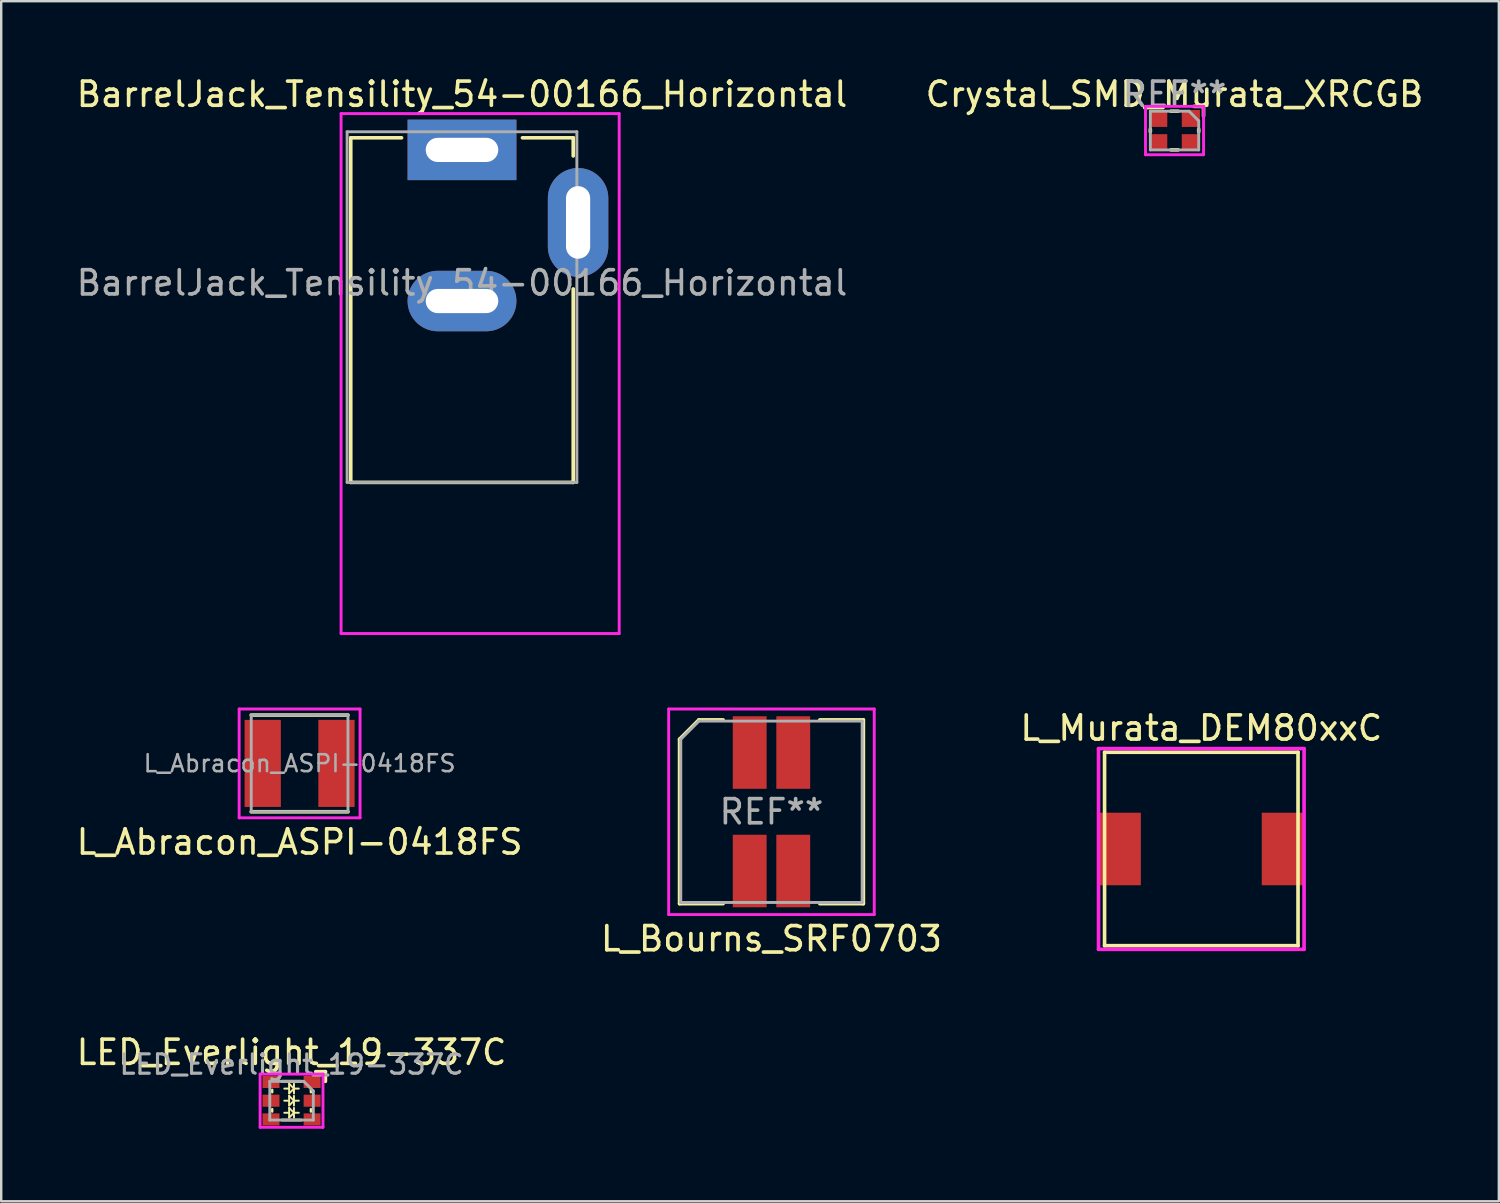
<source format=kicad_pcb>
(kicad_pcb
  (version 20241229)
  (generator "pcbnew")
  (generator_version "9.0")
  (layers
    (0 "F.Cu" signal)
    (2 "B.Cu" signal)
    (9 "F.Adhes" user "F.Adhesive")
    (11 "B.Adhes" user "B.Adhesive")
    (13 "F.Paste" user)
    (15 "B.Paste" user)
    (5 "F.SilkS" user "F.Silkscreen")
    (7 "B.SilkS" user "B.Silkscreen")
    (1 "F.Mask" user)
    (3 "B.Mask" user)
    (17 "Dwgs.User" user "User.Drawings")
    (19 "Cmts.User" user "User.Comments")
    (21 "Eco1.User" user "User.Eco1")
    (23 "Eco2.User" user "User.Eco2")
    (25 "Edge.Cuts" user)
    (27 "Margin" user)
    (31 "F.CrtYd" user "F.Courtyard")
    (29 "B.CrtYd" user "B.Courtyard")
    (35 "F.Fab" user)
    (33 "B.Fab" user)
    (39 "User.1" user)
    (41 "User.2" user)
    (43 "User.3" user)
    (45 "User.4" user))
  (footprint "L_Murata_DEM80xxC"
    (layer "F.Cu")
    (at 46.625 32.056)
    (property "Reference" "L_Murata_DEM80xxC" (at 0 -5 0) (layer "F.SilkS") (effects (font (size 1 1) (thickness 0.15))))
    (attr smd)
    (fp_line (start -4 -4) (end -4 4) (stroke (width 0.15) (type solid)) (layer "F.SilkS"))
    (fp_line (start -4 -4) (end 4 -4) (stroke (width 0.15) (type solid)) (layer "F.SilkS"))
    (fp_line (start -4 4) (end 4 4) (stroke (width 0.15) (type solid)) (layer "F.SilkS"))
    (fp_line (start 4 -4) (end 4 4) (stroke (width 0.15) (type solid)) (layer "F.SilkS"))
    (fp_line (start -4.25 -4.15) (end -4.25 4.15) (stroke (width 0.15) (type solid)) (layer "F.CrtYd"))
    (fp_line (start -4.25 -4.15) (end 4.25 -4.15) (stroke (width 0.15) (type solid)) (layer "F.CrtYd"))
    (fp_line (start -4.25 4.15) (end 4.25 4.15) (stroke (width 0.15) (type solid)) (layer "F.CrtYd"))
    (fp_line (start 4.25 -4.15) (end 4.25 4.15) (stroke (width 0.15) (type solid)) (layer "F.CrtYd"))
    (pad "1" smd rect (at -3.375 0) (size 1.75 3) (layers "F.Cu" "F.Mask" "F.Paste"))
    (pad "2" smd rect (at 3.375 0) (size 1.75 3) (layers "F.Cu" "F.Mask" "F.Paste")))
  (footprint "L_Bourns_SRF0703"
    (layer "F.Cu")
    (at 28.851 30.518)
    (property "Reference" "L_Bourns_SRF0703" (at 0 5.25 0) (layer "F.SilkS") (effects (font (size 1 1) (thickness 0.15))))
    (attr smd)
    (fp_line (start -3.8 -3) (end -3.8 3.8) (stroke (width 0.15) (type solid)) (layer "F.SilkS"))
    (fp_line (start -3.8 3.8) (end -2 3.8) (stroke (width 0.15) (type solid)) (layer "F.SilkS"))
    (fp_line (start -3 -3.8) (end -3.8 -3) (stroke (width 0.15) (type solid)) (layer "F.SilkS"))
    (fp_line (start -3 -3.8) (end -2 -3.8) (stroke (width 0.15) (type solid)) (layer "F.SilkS"))
    (fp_line (start 3.8 -3.8) (end 2 -3.8) (stroke (width 0.15) (type solid)) (layer "F.SilkS"))
    (fp_line (start 3.8 -3.8) (end 3.8 3.8) (stroke (width 0.15) (type solid)) (layer "F.SilkS"))
    (fp_line (start 3.8 3.8) (end 2 3.8) (stroke (width 0.15) (type solid)) (layer "F.SilkS"))
    (fp_line (start -4.25 -4.25) (end -4.25 4.25) (stroke (width 0.12) (type solid)) (layer "F.CrtYd"))
    (fp_line (start -4.25 4.25) (end 4.25 4.25) (stroke (width 0.12) (type solid)) (layer "F.CrtYd"))
    (fp_line (start 4.25 -4.25) (end -4.25 -4.25) (stroke (width 0.12) (type solid)) (layer "F.CrtYd"))
    (fp_line (start 4.25 4.25) (end 4.25 -4.25) (stroke (width 0.12) (type solid)) (layer "F.CrtYd"))
    (fp_line (start -3.75 -3) (end -3.75 3.75) (stroke (width 0.12) (type solid)) (layer "F.Fab"))
    (fp_line (start -3.75 3.75) (end 3.75 3.75) (stroke (width 0.12) (type solid)) (layer "F.Fab"))
    (fp_line (start -3 -3.75) (end -3.75 -3) (stroke (width 0.12) (type solid)) (layer "F.Fab"))
    (fp_line (start 3.75 -3.75) (end -3 -3.75) (stroke (width 0.12) (type solid)) (layer "F.Fab"))
    (fp_line (start 3.75 3.75) (end 3.75 -3.75) (stroke (width 0.12) (type solid)) (layer "F.Fab"))
    (fp_text user "REF**" (at 0 0 0) (layer "F.Fab") (effects (font (size 1 1) (thickness 0.15))))
    (pad "1" smd rect (at -0.9 -2.45) (size 1.4 3) (layers "F.Cu" "F.Mask" "F.Paste"))
    (pad "2" smd rect (at 0.9 -2.45) (size 1.4 3) (layers "F.Cu" "F.Mask" "F.Paste"))
    (pad "3" smd rect (at -0.9 2.45) (size 1.4 3) (layers "F.Cu" "F.Mask" "F.Paste"))
    (pad "4" smd rect (at 0.9 2.45) (size 1.4 3) (layers "F.Cu" "F.Mask" "F.Paste")))
  (footprint "LED_Everlight_19-337C"
    (layer "F.Cu")
    (at 9.006 42.465)
    (property "Reference" "LED_Everlight_19-337C" (at 0 -2 0) (layer "F.SilkS") (effects (font (size 1 1) (thickness 0.15))))
    (attr smd)
    (fp_line (start -0.8 -0.45) (end -0.8 -0.35) (stroke (width 0.1) (type solid)) (layer "F.SilkS"))
    (fp_line (start -0.8 0.35) (end -0.8 0.45) (stroke (width 0.1) (type solid)) (layer "F.SilkS"))
    (fp_line (start -0.4 -0.8) (end 0.4 -0.8) (stroke (width 0.12) (type solid)) (layer "F.SilkS"))
    (fp_line (start -0.4 0.8) (end 0.4 0.8) (stroke (width 0.12) (type solid)) (layer "F.SilkS"))
    (fp_line (start -0.1 -0.7) (end 0.1 -0.5) (stroke (width 0.08) (type solid)) (layer "F.SilkS"))
    (fp_line (start -0.1 -0.5) (end -0.3 -0.5) (stroke (width 0.08) (type solid)) (layer "F.SilkS"))
    (fp_line (start -0.1 -0.3) (end -0.1 -0.7) (stroke (width 0.08) (type solid)) (layer "F.SilkS"))
    (fp_line (start -0.1 -0.2) (end 0.1 0) (stroke (width 0.08) (type solid)) (layer "F.SilkS"))
    (fp_line (start -0.1 0) (end -0.3 0) (stroke (width 0.08) (type solid)) (layer "F.SilkS"))
    (fp_line (start -0.1 0.2) (end -0.1 -0.2) (stroke (width 0.08) (type solid)) (layer "F.SilkS"))
    (fp_line (start -0.1 0.3) (end 0.1 0.5) (stroke (width 0.08) (type solid)) (layer "F.SilkS"))
    (fp_line (start -0.1 0.5) (end -0.3 0.5) (stroke (width 0.08) (type solid)) (layer "F.SilkS"))
    (fp_line (start -0.1 0.7) (end -0.1 0.3) (stroke (width 0.08) (type solid)) (layer "F.SilkS"))
    (fp_line (start 0.1 -0.5) (end -0.1 -0.3) (stroke (width 0.08) (type solid)) (layer "F.SilkS"))
    (fp_line (start 0.1 -0.5) (end 0.3 -0.5) (stroke (width 0.08) (type solid)) (layer "F.SilkS"))
    (fp_line (start 0.1 -0.3) (end 0.1 -0.7) (stroke (width 0.08) (type solid)) (layer "F.SilkS"))
    (fp_line (start 0.1 0) (end -0.1 0.2) (stroke (width 0.08) (type solid)) (layer "F.SilkS"))
    (fp_line (start 0.1 0) (end 0.3 0) (stroke (width 0.08) (type solid)) (layer "F.SilkS"))
    (fp_line (start 0.1 0.2) (end 0.1 -0.2) (stroke (width 0.08) (type solid)) (layer "F.SilkS"))
    (fp_line (start 0.1 0.5) (end -0.1 0.7) (stroke (width 0.08) (type solid)) (layer "F.SilkS"))
    (fp_line (start 0.1 0.5) (end 0.3 0.5) (stroke (width 0.08) (type solid)) (layer "F.SilkS"))
    (fp_line (start 0.1 0.7) (end 0.1 0.3) (stroke (width 0.08) (type solid)) (layer "F.SilkS"))
    (fp_line (start 0.8 -0.45) (end 0.8 -0.35) (stroke (width 0.1) (type solid)) (layer "F.SilkS"))
    (fp_line (start 0.8 0.35) (end 0.8 0.45) (stroke (width 0.1) (type solid)) (layer "F.SilkS"))
    (fp_line (start 1 -1.2) (end 1.4 -1.2) (stroke (width 0.15) (type solid)) (layer "F.SilkS"))
    (fp_line (start 1.4 -1.2) (end 1.4 -0.8) (stroke (width 0.15) (type solid)) (layer "F.SilkS"))
    (fp_line (start -1.3 -1.1) (end 1.3 -1.1) (stroke (width 0.12) (type solid)) (layer "F.CrtYd"))
    (fp_line (start -1.3 1.1) (end -1.3 -1.1) (stroke (width 0.12) (type solid)) (layer "F.CrtYd"))
    (fp_line (start 1.3 -1.1) (end 1.3 1.1) (stroke (width 0.12) (type solid)) (layer "F.CrtYd"))
    (fp_line (start 1.3 1.1) (end -1.3 1.1) (stroke (width 0.12) (type solid)) (layer "F.CrtYd"))
    (fp_line (start -0.9 -0.8) (end -0.9 0.8) (stroke (width 0.12) (type solid)) (layer "F.Fab"))
    (fp_line (start -0.9 0.8) (end 0.9 0.8) (stroke (width 0.12) (type solid)) (layer "F.Fab"))
    (fp_line (start 0.5 -0.8) (end -0.9 -0.8) (stroke (width 0.12) (type solid)) (layer "F.Fab"))
    (fp_line (start 0.9 -0.4) (end 0.5 -0.8) (stroke (width 0.12) (type solid)) (layer "F.Fab"))
    (fp_line (start 0.9 0.8) (end 0.9 -0.4) (stroke (width 0.12) (type solid)) (layer "F.Fab"))
    (fp_text user "${REFERENCE}" (at 0 -1.5 0) (layer "F.Fab") (effects (font (size 0.8 0.8) (thickness 0.13))))
    (pad "1" smd rect (at 0.85 -0.775) (size 0.7 0.5) (layers "F.Cu" "F.Mask" "F.Paste"))
    (pad "2" smd rect (at -0.85 -0.775) (size 0.7 0.5) (layers "F.Cu" "F.Mask" "F.Paste"))
    (pad "3" smd rect (at 0.85 0) (size 0.7 0.5) (layers "F.Cu" "F.Mask" "F.Paste"))
    (pad "4" smd rect (at -0.85 0) (size 0.7 0.5) (layers "F.Cu" "F.Mask" "F.Paste"))
    (pad "5" smd rect (at 0.85 0.775) (size 0.7 0.5) (layers "F.Cu" "F.Mask" "F.Paste"))
    (pad "6" smd rect (at -0.85 0.775) (size 0.7 0.5) (layers "F.Cu" "F.Mask" "F.Paste")))
  (footprint "L_Abracon_ASPI-0418FS"
    (layer "F.Cu")
    (at 9.339 28.518)
    (property "Reference" "L_Abracon_ASPI-0418FS" (at 0 3.25 0) (layer "F.SilkS") (effects (font (size 1 1) (thickness 0.15))))
    (attr smd)
    (fp_line (start -2 -2) (end 2 -2) (stroke (width 0.15) (type solid)) (layer "F.SilkS"))
    (fp_line (start -2 2) (end 2 2) (stroke (width 0.15) (type solid)) (layer "F.SilkS"))
    (fp_line (start -2.5 -2.25) (end 2.5 -2.25) (stroke (width 0.12) (type solid)) (layer "F.CrtYd"))
    (fp_line (start -2.5 2.25) (end -2.5 -2.25) (stroke (width 0.12) (type solid)) (layer "F.CrtYd"))
    (fp_line (start 2.5 -2.25) (end 2.5 2.25) (stroke (width 0.12) (type solid)) (layer "F.CrtYd"))
    (fp_line (start 2.5 2.25) (end -2.5 2.25) (stroke (width 0.12) (type solid)) (layer "F.CrtYd"))
    (fp_line (start -2 -2) (end 2 -2) (stroke (width 0.12) (type solid)) (layer "F.Fab"))
    (fp_line (start -2 2) (end -2 -2) (stroke (width 0.12) (type solid)) (layer "F.Fab"))
    (fp_line (start 2 -2) (end 2 2) (stroke (width 0.12) (type solid)) (layer "F.Fab"))
    (fp_line (start 2 2) (end -2 2) (stroke (width 0.12) (type solid)) (layer "F.Fab"))
    (fp_text user "${REFERENCE}" (at 0 0 0) (layer "F.Fab") (effects (font (size 0.7 0.7) (thickness 0.105))))
    (pad "1" smd rect (at -1.525 0) (size 1.5 3.6) (layers "F.Cu" "F.Mask" "F.Paste"))
    (pad "2" smd rect (at 1.525 0) (size 1.5 3.6) (layers "F.Cu" "F.Mask" "F.Paste")))
  (footprint "BarrelJack_Tensility_54-00166_Horizontal"
    (layer "F.Cu")
    (at 16.054 3.148)
    (property "Reference" "BarrelJack_Tensility_54-00166_Horizontal" (at 0 -2.3 0) (layer "F.SilkS") (effects (font (size 1 1) (thickness 0.15))))
    (attr through_hole)
    (fp_line (start -4.6 -0.5) (end -4.6 13.75) (stroke (width 0.15) (type solid)) (layer "F.SilkS"))
    (fp_line (start -4.6 -0.5) (end -2.5 -0.5) (stroke (width 0.15) (type solid)) (layer "F.SilkS"))
    (fp_line (start 2.5 -0.5) (end 4.6 -0.5) (stroke (width 0.15) (type solid)) (layer "F.SilkS"))
    (fp_line (start 4.6 -0.5) (end 4.6 0.25) (stroke (width 0.15) (type solid)) (layer "F.SilkS"))
    (fp_line (start 4.6 5.75) (end 4.6 13.75) (stroke (width 0.15) (type solid)) (layer "F.SilkS"))
    (fp_line (start 4.6 13.75) (end -4.6 13.75) (stroke (width 0.15) (type solid)) (layer "F.SilkS"))
    (fp_line (start -5 -1.5) (end -5 20) (stroke (width 0.12) (type solid)) (layer "F.CrtYd"))
    (fp_line (start -5 20) (end 6.5 20) (stroke (width 0.12) (type solid)) (layer "F.CrtYd"))
    (fp_line (start 6.5 -1.5) (end -5 -1.5) (stroke (width 0.12) (type solid)) (layer "F.CrtYd"))
    (fp_line (start 6.5 20) (end 6.5 -1.5) (stroke (width 0.12) (type solid)) (layer "F.CrtYd"))
    (fp_line (start -4.75 -0.75) (end 4.75 -0.75) (stroke (width 0.12) (type solid)) (layer "F.Fab"))
    (fp_line (start -4.75 13.75) (end -4.75 -0.75) (stroke (width 0.12) (type solid)) (layer "F.Fab"))
    (fp_line (start 4.75 -0.75) (end 4.75 13.75) (stroke (width 0.12) (type solid)) (layer "F.Fab"))
    (fp_line (start 4.75 13.75) (end -4.75 13.75) (stroke (width 0.12) (type solid)) (layer "F.Fab"))
    (fp_text user "${REFERENCE}" (at 0 5.5 0) (layer "F.Fab") (effects (font (size 1 1) (thickness 0.15))))
    (pad "1" thru_hole rect (at 0 0) (size 4.5 2.5) (drill oval 3 1) (layers "*.Cu" "*.Mask"))
    (pad "2" thru_hole oval (at 0 6.25) (size 4.5 2.5) (drill oval 3 1) (layers "*.Cu" "*.Mask"))
    (pad "3" thru_hole oval (at 4.8 3 90) (size 4.5 2.5) (drill oval 3 1) (layers "*.Cu" "*.Mask")))
  (footprint "Crystal_SMD_Murata_XRCGB"
    (layer "F.Cu")
    (at 45.518 2.348)
    (property "Reference" "Crystal_SMD_Murata_XRCGB" (at 0 -1.5 0) (layer "F.SilkS") (effects (font (size 1 1) (thickness 0.15))))
    (attr smd)
    (fp_line (start -1 -0.05) (end -1 0.05) (stroke (width 0.15) (type solid)) (layer "F.SilkS"))
    (fp_line (start -0.15 -0.8) (end 0.15 -0.8) (stroke (width 0.15) (type solid)) (layer "F.SilkS"))
    (fp_line (start -0.15 0.8) (end 0.15 0.8) (stroke (width 0.15) (type solid)) (layer "F.SilkS"))
    (fp_line (start 1 0.05) (end 1 -0.05) (stroke (width 0.15) (type solid)) (layer "F.SilkS"))
    (fp_line (start 1.2 -1) (end 0.8 -1) (stroke (width 0.15) (type solid)) (layer "F.SilkS"))
    (fp_line (start 1.2 -1) (end 1.2 -0.6) (stroke (width 0.15) (type solid)) (layer "F.SilkS"))
    (fp_line (start -1.2 -1) (end 1.2 -1) (stroke (width 0.12) (type solid)) (layer "F.CrtYd"))
    (fp_line (start -1.2 1) (end -1.2 -1) (stroke (width 0.12) (type solid)) (layer "F.CrtYd"))
    (fp_line (start 1.2 -1) (end 1.2 1) (stroke (width 0.12) (type solid)) (layer "F.CrtYd"))
    (fp_line (start 1.2 1) (end -1.2 1) (stroke (width 0.12) (type solid)) (layer "F.CrtYd"))
    (fp_line (start -1 -0.8) (end -1 0.8) (stroke (width 0.12) (type solid)) (layer "F.Fab"))
    (fp_line (start -1 0.8) (end 1 0.8) (stroke (width 0.12) (type solid)) (layer "F.Fab"))
    (fp_line (start 0.6 -0.8) (end -1 -0.8) (stroke (width 0.12) (type solid)) (layer "F.Fab"))
    (fp_line (start 1 -0.4) (end 0.6 -0.8) (stroke (width 0.12) (type solid)) (layer "F.Fab"))
    (fp_line (start 1 0.8) (end 1 -0.4) (stroke (width 0.12) (type solid)) (layer "F.Fab"))
    (fp_text user "REF**" (at 0 -1.5 0) (layer "F.Fab") (effects (font (size 1 1) (thickness 0.15))))
    (pad "1" smd rect (at 0.675 -0.5) (size 0.75 0.7) (layers "F.Cu" "F.Mask" "F.Paste"))
    (pad "2" smd rect (at -0.675 -0.5) (size 0.75 0.7) (layers "F.Cu" "F.Mask" "F.Paste"))
    (pad "3" smd rect (at -0.675 0.5) (size 0.75 0.7) (layers "F.Cu" "F.Mask" "F.Paste"))
    (pad "4" smd rect (at 0.675 0.5) (size 0.75 0.7) (layers "F.Cu" "F.Mask" "F.Paste")))
  (gr_rect
    (start -3 -3)
    (end 58.929 46.625)
    (stroke (width 0.1) (type default))
    (fill no)
    (layer "Edge.Cuts")))
</source>
